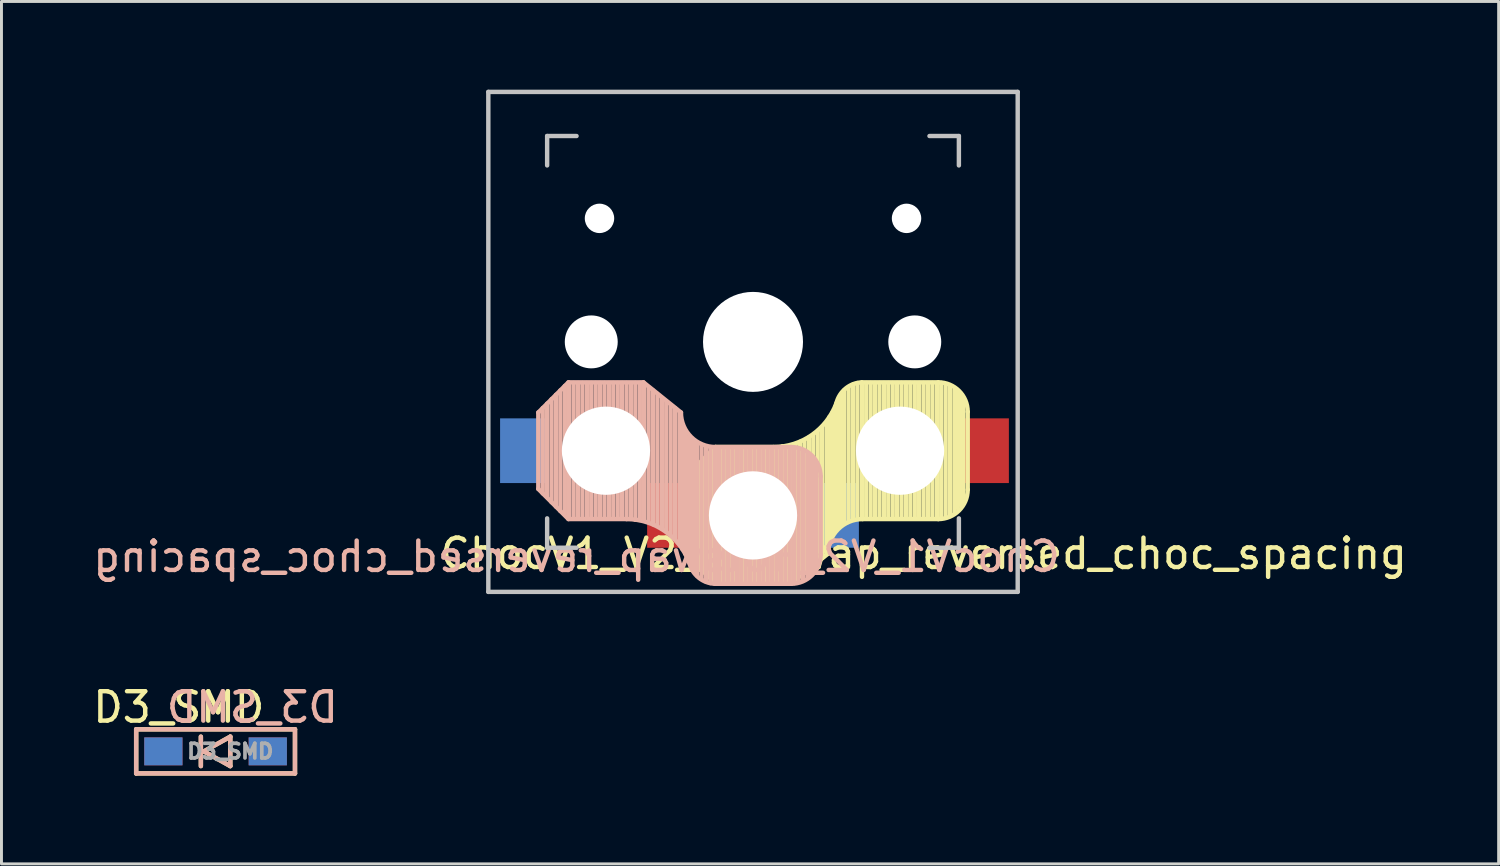
<source format=kicad_pcb>
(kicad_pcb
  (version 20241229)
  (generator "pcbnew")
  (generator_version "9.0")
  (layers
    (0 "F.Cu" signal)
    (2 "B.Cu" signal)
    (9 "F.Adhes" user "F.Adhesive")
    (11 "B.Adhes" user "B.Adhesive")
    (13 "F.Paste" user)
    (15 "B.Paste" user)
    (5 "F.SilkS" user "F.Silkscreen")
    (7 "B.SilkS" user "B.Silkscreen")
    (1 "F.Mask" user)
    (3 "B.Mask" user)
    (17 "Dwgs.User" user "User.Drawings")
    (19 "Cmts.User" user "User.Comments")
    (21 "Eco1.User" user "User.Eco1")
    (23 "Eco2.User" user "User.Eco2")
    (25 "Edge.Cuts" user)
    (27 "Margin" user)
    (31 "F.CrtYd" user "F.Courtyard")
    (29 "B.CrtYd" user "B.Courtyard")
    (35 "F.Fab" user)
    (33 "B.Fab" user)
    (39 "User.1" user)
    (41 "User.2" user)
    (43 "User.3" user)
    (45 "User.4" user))
  (footprint "ChocV1_V2_Hotswap_reversed_choc_spacing"
    (layer "F.Cu")
    (at 22.554 8.575)
    (property "Reference" "ChocV1_V2_Hotswap_reversed_choc_spacing" (at 5.8 7.2 0) (unlocked yes) (layer "F.SilkS") (effects (font (size 1 1) (thickness 0.15))))
    (attr through_hole)
    (fp_line (start -2.3 4.6) (end -1.275 3.575) (stroke (width 0.15) (type solid)) (layer "F.SilkS"))
    (fp_line (start -2.3 7.2) (end -2.3 4.6) (stroke (width 0.15) (type solid)) (layer "F.SilkS"))
    (fp_line (start -2.3 7.2) (end -1.275 8.225) (stroke (width 0.15) (type solid)) (layer "F.SilkS"))
    (fp_line (start -2.15 4.45) (end -2.15 7.35) (stroke (width 0.15) (type solid)) (layer "F.SilkS"))
    (fp_line (start -2 4.35) (end -2 7.5) (stroke (width 0.15) (type solid)) (layer "F.SilkS"))
    (fp_line (start -1.85 4.15) (end -1.85 7.65) (stroke (width 0.15) (type solid)) (layer "F.SilkS"))
    (fp_line (start -1.7 4) (end -1.7 7.8) (stroke (width 0.15) (type solid)) (layer "F.SilkS"))
    (fp_line (start -1.55 3.85) (end -1.55 7.95) (stroke (width 0.15) (type solid)) (layer "F.SilkS"))
    (fp_line (start -1.4 3.75) (end -1.4 8.1) (stroke (width 0.15) (type solid)) (layer "F.SilkS"))
    (fp_line (start -1.25 3.6) (end -1.25 8.2) (stroke (width 0.15) (type solid)) (layer "F.SilkS"))
    (fp_line (start -1.1 3.6) (end -1.1 8.2) (stroke (width 0.15) (type solid)) (layer "F.SilkS"))
    (fp_line (start -0.95 3.6) (end -0.95 8.2) (stroke (width 0.15) (type solid)) (layer "F.SilkS"))
    (fp_line (start -0.8 3.6) (end -0.8 8.2) (stroke (width 0.15) (type solid)) (layer "F.SilkS"))
    (fp_line (start -0.65 3.6) (end -0.65 8.2) (stroke (width 0.15) (type solid)) (layer "F.SilkS"))
    (fp_line (start -0.5 3.6) (end -0.5 8.2) (stroke (width 0.15) (type solid)) (layer "F.SilkS"))
    (fp_line (start -0.35 3.6) (end -0.35 8.2) (stroke (width 0.15) (type solid)) (layer "F.SilkS"))
    (fp_line (start -0.2 3.6) (end -0.2 8.2) (stroke (width 0.15) (type solid)) (layer "F.SilkS"))
    (fp_line (start -0.05 3.6) (end -0.05 8.2) (stroke (width 0.15) (type solid)) (layer "F.SilkS"))
    (fp_line (start 0.1 3.6) (end 0.1 8.2) (stroke (width 0.15) (type solid)) (layer "F.SilkS"))
    (fp_line (start 0.25 3.6) (end 0.25 8.2) (stroke (width 0.15) (type solid)) (layer "F.SilkS"))
    (fp_line (start 0.4 3.6) (end 0.4 8.2) (stroke (width 0.15) (type solid)) (layer "F.SilkS"))
    (fp_line (start 0.55 3.6) (end 0.55 8.2) (stroke (width 0.15) (type solid)) (layer "F.SilkS"))
    (fp_line (start 0.7 3.575) (end -1.275 3.575) (stroke (width 0.15) (type solid)) (layer "F.SilkS"))
    (fp_line (start 0.7 3.6) (end 0.7 8.2) (stroke (width 0.15) (type solid)) (layer "F.SilkS"))
    (fp_line (start 0.85 3.6) (end 0.85 8.15) (stroke (width 0.15) (type solid)) (layer "F.SilkS"))
    (fp_line (start 1 3.55) (end 1 8.2) (stroke (width 0.15) (type solid)) (layer "F.SilkS"))
    (fp_line (start 1.15 3.55) (end 1.15 8.2) (stroke (width 0.15) (type solid)) (layer "F.SilkS"))
    (fp_line (start 1.275 8.225) (end -1.275 8.225) (stroke (width 0.15) (type solid)) (layer "F.SilkS"))
    (fp_line (start 1.275 8.225) (end 2.55 7.2) (stroke (width 0.15) (type solid)) (layer "F.SilkS"))
    (fp_line (start 1.3 3.55) (end 1.3 8.15) (stroke (width 0.15) (type solid)) (layer "F.SilkS"))
    (fp_line (start 1.45 3.5) (end 1.45 8.05) (stroke (width 0.15) (type solid)) (layer "F.SilkS"))
    (fp_line (start 1.6 3.4) (end 1.6 7.95) (stroke (width 0.15) (type solid)) (layer "F.SilkS"))
    (fp_line (start 1.75 3.35) (end 1.75 7.8) (stroke (width 0.15) (type solid)) (layer "F.SilkS"))
    (fp_line (start 1.9 3.25) (end 1.9 7.7) (stroke (width 0.15) (type solid)) (layer "F.SilkS"))
    (fp_line (start 2.05 3.15) (end 2.05 7.55) (stroke (width 0.15) (type solid)) (layer "F.SilkS"))
    (fp_line (start 2.2 3.05) (end 2.2 7.45) (stroke (width 0.15) (type solid)) (layer "F.SilkS"))
    (fp_line (start 2.35 2.9) (end 2.35 7.35) (stroke (width 0.15) (type solid)) (layer "F.SilkS"))
    (fp_line (start 2.5 2.75) (end 2.5 7.2) (stroke (width 0.15) (type solid)) (layer "F.SilkS"))
    (fp_line (start 2.6 2.55) (end 2.6 6.7) (stroke (width 0.15) (type solid)) (layer "F.SilkS"))
    (fp_line (start 2.7 2.4) (end 2.7 6.55) (stroke (width 0.15) (type solid)) (layer "F.SilkS"))
    (fp_line (start 2.8 2.2) (end 2.8 6.35) (stroke (width 0.15) (type solid)) (layer "F.SilkS"))
    (fp_line (start 2.9 2.05) (end 2.9 6.25) (stroke (width 0.15) (type solid)) (layer "F.SilkS"))
    (fp_line (start 3 1.8) (end 3 6.2) (stroke (width 0.15) (type solid)) (layer "F.SilkS"))
    (fp_line (start 3.1 1.65) (end 3.1 6.15) (stroke (width 0.15) (type solid)) (layer "F.SilkS"))
    (fp_line (start 3.25 1.55) (end 3.25 6.1) (stroke (width 0.15) (type solid)) (layer "F.SilkS"))
    (fp_line (start 3.4 1.45) (end 3.4 6) (stroke (width 0.15) (type solid)) (layer "F.SilkS"))
    (fp_line (start 3.55 1.4) (end 3.55 6) (stroke (width 0.15) (type solid)) (layer "F.SilkS"))
    (fp_line (start 3.7 1.4) (end 3.7 6) (stroke (width 0.15) (type solid)) (layer "F.SilkS"))
    (fp_line (start 3.85 1.4) (end 3.85 5.95) (stroke (width 0.15) (type solid)) (layer "F.SilkS"))
    (fp_line (start 4 1.4) (end 4 6) (stroke (width 0.15) (type solid)) (layer "F.SilkS"))
    (fp_line (start 4.15 1.4) (end 4.15 6) (stroke (width 0.15) (type solid)) (layer "F.SilkS"))
    (fp_line (start 4.3 1.4) (end 4.3 6) (stroke (width 0.15) (type solid)) (layer "F.SilkS"))
    (fp_line (start 4.45 1.4) (end 4.45 6) (stroke (width 0.15) (type solid)) (layer "F.SilkS"))
    (fp_line (start 4.6 1.4) (end 4.6 6) (stroke (width 0.15) (type solid)) (layer "F.SilkS"))
    (fp_line (start 4.75 1.4) (end 4.75 6) (stroke (width 0.15) (type solid)) (layer "F.SilkS"))
    (fp_line (start 4.9 1.4) (end 4.9 6) (stroke (width 0.15) (type solid)) (layer "F.SilkS"))
    (fp_line (start 5.05 1.4) (end 5.05 6) (stroke (width 0.15) (type solid)) (layer "F.SilkS"))
    (fp_line (start 5.2 1.4) (end 5.2 6) (stroke (width 0.15) (type solid)) (layer "F.SilkS"))
    (fp_line (start 5.35 1.4) (end 5.35 6) (stroke (width 0.15) (type solid)) (layer "F.SilkS"))
    (fp_line (start 5.5 1.4) (end 5.5 6) (stroke (width 0.15) (type solid)) (layer "F.SilkS"))
    (fp_line (start 5.65 1.4) (end 5.65 6) (stroke (width 0.15) (type solid)) (layer "F.SilkS"))
    (fp_line (start 5.8 1.4) (end 5.8 6) (stroke (width 0.15) (type solid)) (layer "F.SilkS"))
    (fp_line (start 5.95 1.4) (end 5.95 6) (stroke (width 0.15) (type solid)) (layer "F.SilkS"))
    (fp_line (start 6.1 1.4) (end 6.1 6) (stroke (width 0.15) (type solid)) (layer "F.SilkS"))
    (fp_line (start 6.25 1.4) (end 6.25 6) (stroke (width 0.15) (type solid)) (layer "F.SilkS"))
    (fp_line (start 6.3 1.375) (end 3.7 1.375) (stroke (width 0.15) (type solid)) (layer "F.SilkS"))
    (fp_line (start 6.3 6.025) (end 3.725 6.025) (stroke (width 0.15) (type solid)) (layer "F.SilkS"))
    (fp_line (start 6.4 1.4) (end 6.4 5.95) (stroke (width 0.15) (type solid)) (layer "F.SilkS"))
    (fp_line (start 6.55 1.45) (end 6.55 5.95) (stroke (width 0.15) (type solid)) (layer "F.SilkS"))
    (fp_line (start 6.7 1.5) (end 6.7 5.9) (stroke (width 0.15) (type solid)) (layer "F.SilkS"))
    (fp_line (start 6.85 1.6) (end 6.85 5.8) (stroke (width 0.15) (type solid)) (layer "F.SilkS"))
    (fp_line (start 6.95 1.7) (end 6.95 5.65) (stroke (width 0.15) (type solid)) (layer "F.SilkS"))
    (fp_line (start 7.05 1.8) (end 7.05 5.55) (stroke (width 0.15) (type solid)) (layer "F.SilkS"))
    (fp_line (start 7.15 1.95) (end 7.15 5.5) (stroke (width 0.15) (type solid)) (layer "F.SilkS"))
    (fp_line (start 7.3 5.025) (end 7.3 2.375) (stroke (width 0.15) (type solid)) (layer "F.SilkS"))
    (fp_arc (start 2.55 7.2) (mid 2.89415 6.36915) (end 3.725 6.025) (stroke (width 0.15) (type solid)) (layer "F.SilkS"))
    (fp_arc (start 2.837801 2.078096) (mid 2.004887 3.163571) (end 0.7 3.575) (stroke (width 0.15) (type solid)) (layer "F.SilkS"))
    (fp_arc (start 2.837801 2.078096) (mid 3.151716 1.583979) (end 3.699005 1.376209) (stroke (width 0.15) (type solid)) (layer "F.SilkS"))
    (fp_arc (start 6.3 1.375) (mid 7.007107 1.667893) (end 7.3 2.375) (stroke (width 0.15) (type solid)) (layer "F.SilkS"))
    (fp_arc (start 7.3 5.025) (mid 7.007107 5.732107) (end 6.3 6.025) (stroke (width 0.15) (type solid)) (layer "F.SilkS"))
    (fp_line (start -7.3 2.4) (end -7.3 5) (stroke (width 0.15) (type solid)) (layer "B.SilkS"))
    (fp_line (start -7.3 2.4) (end -6.275 1.375) (stroke (width 0.15) (type solid)) (layer "B.SilkS"))
    (fp_line (start -7.3 5) (end -6.275 6.025) (stroke (width 0.15) (type solid)) (layer "B.SilkS"))
    (fp_line (start -7.15 5.15) (end -7.15 2.25) (stroke (width 0.15) (type solid)) (layer "B.SilkS"))
    (fp_line (start -7 5.25) (end -7 2.1) (stroke (width 0.15) (type solid)) (layer "B.SilkS"))
    (fp_line (start -6.85 5.45) (end -6.85 1.95) (stroke (width 0.15) (type solid)) (layer "B.SilkS"))
    (fp_line (start -6.7 5.6) (end -6.7 1.8) (stroke (width 0.15) (type solid)) (layer "B.SilkS"))
    (fp_line (start -6.55 5.75) (end -6.55 1.65) (stroke (width 0.15) (type solid)) (layer "B.SilkS"))
    (fp_line (start -6.4 5.85) (end -6.4 1.5) (stroke (width 0.15) (type solid)) (layer "B.SilkS"))
    (fp_line (start -6.25 6) (end -6.25 1.4) (stroke (width 0.15) (type solid)) (layer "B.SilkS"))
    (fp_line (start -6.1 6) (end -6.1 1.4) (stroke (width 0.15) (type solid)) (layer "B.SilkS"))
    (fp_line (start -5.95 6) (end -5.95 1.4) (stroke (width 0.15) (type solid)) (layer "B.SilkS"))
    (fp_line (start -5.8 6) (end -5.8 1.4) (stroke (width 0.15) (type solid)) (layer "B.SilkS"))
    (fp_line (start -5.65 6) (end -5.65 1.4) (stroke (width 0.15) (type solid)) (layer "B.SilkS"))
    (fp_line (start -5.5 6) (end -5.5 1.4) (stroke (width 0.15) (type solid)) (layer "B.SilkS"))
    (fp_line (start -5.35 6) (end -5.35 1.4) (stroke (width 0.15) (type solid)) (layer "B.SilkS"))
    (fp_line (start -5.2 6) (end -5.2 1.4) (stroke (width 0.15) (type solid)) (layer "B.SilkS"))
    (fp_line (start -5.05 6) (end -5.05 1.4) (stroke (width 0.15) (type solid)) (layer "B.SilkS"))
    (fp_line (start -4.9 6) (end -4.9 1.4) (stroke (width 0.15) (type solid)) (layer "B.SilkS"))
    (fp_line (start -4.75 6) (end -4.75 1.4) (stroke (width 0.15) (type solid)) (layer "B.SilkS"))
    (fp_line (start -4.6 6) (end -4.6 1.4) (stroke (width 0.15) (type solid)) (layer "B.SilkS"))
    (fp_line (start -4.45 6) (end -4.45 1.4) (stroke (width 0.15) (type solid)) (layer "B.SilkS"))
    (fp_line (start -4.3 6) (end -4.3 1.4) (stroke (width 0.15) (type solid)) (layer "B.SilkS"))
    (fp_line (start -4.3 6.025) (end -6.275 6.025) (stroke (width 0.15) (type solid)) (layer "B.SilkS"))
    (fp_line (start -4.15 6) (end -4.15 1.45) (stroke (width 0.15) (type solid)) (layer "B.SilkS"))
    (fp_line (start -4 6.05) (end -4 1.4) (stroke (width 0.15) (type solid)) (layer "B.SilkS"))
    (fp_line (start -3.85 6.05) (end -3.85 1.4) (stroke (width 0.15) (type solid)) (layer "B.SilkS"))
    (fp_line (start -3.725 1.375) (end -6.275 1.375) (stroke (width 0.15) (type solid)) (layer "B.SilkS"))
    (fp_line (start -3.725 1.375) (end -2.45 2.4) (stroke (width 0.15) (type solid)) (layer "B.SilkS"))
    (fp_line (start -3.7 6.05) (end -3.7 1.45) (stroke (width 0.15) (type solid)) (layer "B.SilkS"))
    (fp_line (start -3.55 6.1) (end -3.55 1.55) (stroke (width 0.15) (type solid)) (layer "B.SilkS"))
    (fp_line (start -3.4 6.2) (end -3.4 1.65) (stroke (width 0.15) (type solid)) (layer "B.SilkS"))
    (fp_line (start -3.25 6.25) (end -3.25 1.8) (stroke (width 0.15) (type solid)) (layer "B.SilkS"))
    (fp_line (start -3.1 6.35) (end -3.1 1.9) (stroke (width 0.15) (type solid)) (layer "B.SilkS"))
    (fp_line (start -2.95 6.45) (end -2.95 2.05) (stroke (width 0.15) (type solid)) (layer "B.SilkS"))
    (fp_line (start -2.8 6.55) (end -2.8 2.15) (stroke (width 0.15) (type solid)) (layer "B.SilkS"))
    (fp_line (start -2.65 6.7) (end -2.65 2.25) (stroke (width 0.15) (type solid)) (layer "B.SilkS"))
    (fp_line (start -2.5 6.85) (end -2.5 2.4) (stroke (width 0.15) (type solid)) (layer "B.SilkS"))
    (fp_line (start -2.4 7.05) (end -2.4 2.9) (stroke (width 0.15) (type solid)) (layer "B.SilkS"))
    (fp_line (start -2.3 7.2) (end -2.3 3.05) (stroke (width 0.15) (type solid)) (layer "B.SilkS"))
    (fp_line (start -2.2 7.4) (end -2.2 3.25) (stroke (width 0.15) (type solid)) (layer "B.SilkS"))
    (fp_line (start -2.1 7.55) (end -2.1 3.35) (stroke (width 0.15) (type solid)) (layer "B.SilkS"))
    (fp_line (start -2 7.8) (end -2 3.4) (stroke (width 0.15) (type solid)) (layer "B.SilkS"))
    (fp_line (start -1.9 7.95) (end -1.9 3.45) (stroke (width 0.15) (type solid)) (layer "B.SilkS"))
    (fp_line (start -1.75 8.05) (end -1.75 3.5) (stroke (width 0.15) (type solid)) (layer "B.SilkS"))
    (fp_line (start -1.6 8.15) (end -1.6 3.6) (stroke (width 0.15) (type solid)) (layer "B.SilkS"))
    (fp_line (start -1.45 8.2) (end -1.45 3.6) (stroke (width 0.15) (type solid)) (layer "B.SilkS"))
    (fp_line (start -1.3 8.2) (end -1.3 3.6) (stroke (width 0.15) (type solid)) (layer "B.SilkS"))
    (fp_line (start -1.15 8.2) (end -1.15 3.65) (stroke (width 0.15) (type solid)) (layer "B.SilkS"))
    (fp_line (start -1 8.2) (end -1 3.6) (stroke (width 0.15) (type solid)) (layer "B.SilkS"))
    (fp_line (start -0.85 8.2) (end -0.85 3.6) (stroke (width 0.15) (type solid)) (layer "B.SilkS"))
    (fp_line (start -0.7 8.2) (end -0.7 3.6) (stroke (width 0.15) (type solid)) (layer "B.SilkS"))
    (fp_line (start -0.55 8.2) (end -0.55 3.6) (stroke (width 0.15) (type solid)) (layer "B.SilkS"))
    (fp_line (start -0.4 8.2) (end -0.4 3.6) (stroke (width 0.15) (type solid)) (layer "B.SilkS"))
    (fp_line (start -0.25 8.2) (end -0.25 3.6) (stroke (width 0.15) (type solid)) (layer "B.SilkS"))
    (fp_line (start -0.1 8.2) (end -0.1 3.6) (stroke (width 0.15) (type solid)) (layer "B.SilkS"))
    (fp_line (start 0.05 8.2) (end 0.05 3.6) (stroke (width 0.15) (type solid)) (layer "B.SilkS"))
    (fp_line (start 0.2 8.2) (end 0.2 3.6) (stroke (width 0.15) (type solid)) (layer "B.SilkS"))
    (fp_line (start 0.35 8.2) (end 0.35 3.6) (stroke (width 0.15) (type solid)) (layer "B.SilkS"))
    (fp_line (start 0.5 8.2) (end 0.5 3.6) (stroke (width 0.15) (type solid)) (layer "B.SilkS"))
    (fp_line (start 0.65 8.2) (end 0.65 3.6) (stroke (width 0.15) (type solid)) (layer "B.SilkS"))
    (fp_line (start 0.8 8.2) (end 0.8 3.6) (stroke (width 0.15) (type solid)) (layer "B.SilkS"))
    (fp_line (start 0.95 8.2) (end 0.95 3.6) (stroke (width 0.15) (type solid)) (layer "B.SilkS"))
    (fp_line (start 1.1 8.2) (end 1.1 3.6) (stroke (width 0.15) (type solid)) (layer "B.SilkS"))
    (fp_line (start 1.25 8.2) (end 1.25 3.6) (stroke (width 0.15) (type solid)) (layer "B.SilkS"))
    (fp_line (start 1.3 3.575) (end -1.275 3.575) (stroke (width 0.15) (type solid)) (layer "B.SilkS"))
    (fp_line (start 1.3 8.225) (end -1.3 8.225) (stroke (width 0.15) (type solid)) (layer "B.SilkS"))
    (fp_line (start 1.4 8.2) (end 1.4 3.65) (stroke (width 0.15) (type solid)) (layer "B.SilkS"))
    (fp_line (start 1.55 8.15) (end 1.55 3.65) (stroke (width 0.15) (type solid)) (layer "B.SilkS"))
    (fp_line (start 1.7 8.1) (end 1.7 3.7) (stroke (width 0.15) (type solid)) (layer "B.SilkS"))
    (fp_line (start 1.85 8) (end 1.85 3.8) (stroke (width 0.15) (type solid)) (layer "B.SilkS"))
    (fp_line (start 1.95 7.9) (end 1.95 3.95) (stroke (width 0.15) (type solid)) (layer "B.SilkS"))
    (fp_line (start 2.05 7.8) (end 2.05 4.05) (stroke (width 0.15) (type solid)) (layer "B.SilkS"))
    (fp_line (start 2.15 7.65) (end 2.15 4.1) (stroke (width 0.15) (type solid)) (layer "B.SilkS"))
    (fp_line (start 2.3 4.575) (end 2.3 7.225) (stroke (width 0.15) (type solid)) (layer "B.SilkS"))
    (fp_arc (start -4.3 6.025) (mid -2.995114 6.436429) (end -2.162199 7.521904) (stroke (width 0.15) (type solid)) (layer "B.SilkS"))
    (fp_arc (start -1.300995 8.223791) (mid -1.848286 8.016021) (end -2.162199 7.521904) (stroke (width 0.15) (type solid)) (layer "B.SilkS"))
    (fp_arc (start -1.275 3.575) (mid -2.10585 3.23085) (end -2.45 2.4) (stroke (width 0.15) (type solid)) (layer "B.SilkS"))
    (fp_arc (start 1.3 3.575) (mid 2.007107 3.867893) (end 2.3 4.575) (stroke (width 0.15) (type solid)) (layer "B.SilkS"))
    (fp_arc (start 2.3 7.225) (mid 2.007107 7.932107) (end 1.3 8.225) (stroke (width 0.15) (type solid)) (layer "B.SilkS"))
    (fp_line (start -9 -8.5) (end 9 -8.5) (stroke (width 0.15) (type solid)) (layer "Dwgs.User"))
    (fp_line (start -9 8.5) (end -9 -8.5) (stroke (width 0.15) (type solid)) (layer "Dwgs.User"))
    (fp_line (start -7 -7) (end -6 -7) (stroke (width 0.15) (type solid)) (layer "Dwgs.User"))
    (fp_line (start -7 -6) (end -7 -7) (stroke (width 0.15) (type solid)) (layer "Dwgs.User"))
    (fp_line (start -7 7) (end -7 6) (stroke (width 0.15) (type solid)) (layer "Dwgs.User"))
    (fp_line (start -6 7) (end -7 7) (stroke (width 0.15) (type solid)) (layer "Dwgs.User"))
    (fp_line (start 6 7) (end 7 7) (stroke (width 0.15) (type solid)) (layer "Dwgs.User"))
    (fp_line (start 7 -7) (end 6 -7) (stroke (width 0.15) (type solid)) (layer "Dwgs.User"))
    (fp_line (start 7 -6) (end 7 -7) (stroke (width 0.15) (type solid)) (layer "Dwgs.User"))
    (fp_line (start 7 7) (end 7 6) (stroke (width 0.15) (type solid)) (layer "Dwgs.User"))
    (fp_line (start 9 -8.5) (end 9 8.5) (stroke (width 0.15) (type solid)) (layer "Dwgs.User"))
    (fp_line (start 9 8.5) (end -9 8.5) (stroke (width 0.15) (type solid)) (layer "Dwgs.User"))
    (fp_line (start -1.725 -7.775) (end 1.775 -7.775) (stroke (width 0.15) (type solid)) (layer "Eco2.User"))
    (fp_line (start -1.725 -3.275) (end -1.725 -7.775) (stroke (width 0.15) (type solid)) (layer "Eco2.User"))
    (fp_line (start 1.775 -3.275) (end -1.725 -3.275) (stroke (width 0.15) (type solid)) (layer "Eco2.User"))
    (fp_line (start 1.775 -3.275) (end 1.775 -7.775) (stroke (width 0.15) (type solid)) (layer "Eco2.User"))
    (fp_text user "${REFERENCE}" (at -6 7.3 0) (unlocked yes) (layer "B.SilkS") (effects (font (size 1 1) (thickness 0.15)) (justify mirror)))
    (pad "" np_thru_hole circle (at -5.5 0 90) (size 1.8 1.8) (drill 1.8) (layers "*.Cu" "*.Mask"))
    (pad "" np_thru_hole circle (at -5.22 -4.2 180) (size 1 1) (drill 1) (layers "*.Cu" "*.Mask"))
    (pad "" np_thru_hole circle (at -5 3.7 90) (size 3 3) (drill 3) (layers "*.Cu" "*.Mask"))
    (pad "" np_thru_hole circle (at 0 0 90) (size 3.4 3.4) (drill 3.4) (layers "*.Cu" "*.Mask"))
    (pad "" np_thru_hole circle (at 0 5.9 90) (size 3 3) (drill 3) (layers "*.Cu" "*.Mask"))
    (pad "" np_thru_hole circle (at 5 3.7 270) (size 3 3) (drill 3) (layers "*.Cu" "*.Mask"))
    (pad "" np_thru_hole circle (at 5.22 -4.2 180) (size 1 1) (drill 1) (layers "*.Cu" "*.Mask"))
    (pad "" np_thru_hole circle (at 5.5 0 90) (size 1.8 1.8) (drill 1.8) (layers "*.Cu" "*.Mask"))
    (pad "1" smd rect (at -7.8 3.7 180) (size 1.6 2.2) (layers "B.Cu" "B.Mask" "B.Paste"))
    (pad "1" smd rect (at 7.9 3.7 180) (size 1.6 2.2) (layers "F.Cu" "F.Mask" "F.Paste"))
    (pad "2" smd rect (at -2.8 5.9 180) (size 1.6 2.2) (layers "F.Cu" "F.Mask" "F.Paste"))
    (pad "2" smd rect (at 2.8 5.9 180) (size 1.6 2.2) (layers "B.Cu" "B.Mask" "B.Paste")))
  (footprint "D3_SMD"
    (layer "F.Cu")
    (at 4.28 22.498)
    (property "Reference" "D3_SMD" (at 0.5 0 0) (layer "F.Fab") (effects (font (size 0.5 0.5) (thickness 0.125))))
    (attr through_hole)
    (fp_line (start -2.7 -0.75) (end -2.7 0.75) (stroke (width 0.15) (type solid)) (layer "F.SilkS"))
    (fp_line (start -2.7 0.75) (end 2.7 0.75) (stroke (width 0.15) (type solid)) (layer "F.SilkS"))
    (fp_line (start -0.5 -0.5) (end -0.5 0.5) (stroke (width 0.15) (type solid)) (layer "F.SilkS"))
    (fp_line (start -0.4 0) (end 0.5 -0.5) (stroke (width 0.15) (type solid)) (layer "F.SilkS"))
    (fp_line (start 0.5 -0.5) (end 0.5 0.5) (stroke (width 0.15) (type solid)) (layer "F.SilkS"))
    (fp_line (start 0.5 0.5) (end -0.4 0) (stroke (width 0.15) (type solid)) (layer "F.SilkS"))
    (fp_line (start 2.7 -0.75) (end -2.7 -0.75) (stroke (width 0.15) (type solid)) (layer "F.SilkS"))
    (fp_line (start 2.7 -0.75) (end 2.7 0.75) (stroke (width 0.15) (type solid)) (layer "F.SilkS"))
    (fp_line (start -2.7 -0.75) (end -2.7 0.75) (stroke (width 0.15) (type solid)) (layer "B.SilkS"))
    (fp_line (start -2.7 0.75) (end 2.7 0.75) (stroke (width 0.15) (type solid)) (layer "B.SilkS"))
    (fp_line (start -0.5 -0.5) (end -0.5 0.5) (stroke (width 0.15) (type solid)) (layer "B.SilkS"))
    (fp_line (start -0.4 0) (end 0.5 -0.5) (stroke (width 0.15) (type solid)) (layer "B.SilkS"))
    (fp_line (start 0.5 -0.5) (end 0.5 0.5) (stroke (width 0.15) (type solid)) (layer "B.SilkS"))
    (fp_line (start 0.5 0.5) (end -0.4 0) (stroke (width 0.15) (type solid)) (layer "B.SilkS"))
    (fp_line (start 2.7 -0.75) (end -2.7 -0.75) (stroke (width 0.15) (type solid)) (layer "B.SilkS"))
    (fp_line (start 2.7 0.75) (end 2.7 -0.75) (stroke (width 0.15) (type solid)) (layer "B.SilkS"))
    (fp_text user "${REFERENCE}" (at -1.25 -1.5 0) (layer "F.SilkS") (effects (font (size 1 1) (thickness 0.15))))
    (fp_text user "${REFERENCE}" (at 1.25 -1.5 0) (unlocked yes) (layer "B.SilkS") (effects (font (size 1 1) (thickness 0.15)) (justify mirror)))
    (pad "1" smd rect (at -1.775 0) (size 1.3 0.95) (layers "F.Cu" "F.Mask" "F.Paste"))
    (pad "1" smd rect (at -1.775 0) (size 1.3 0.95) (layers "B.Cu" "B.Mask" "B.Paste"))
    (pad "2" smd rect (at 1.775 0) (size 1.3 0.95) (layers "F.Cu" "F.Mask" "F.Paste"))
    (pad "2" smd rect (at 1.775 0) (size 1.3 0.95) (layers "B.Cu" "B.Mask" "B.Paste")))
  (gr_rect
    (start -3 -3)
    (end 47.907 26.323)
    (stroke (width 0.1) (type default))
    (fill no)
    (layer "Edge.Cuts")))
</source>
